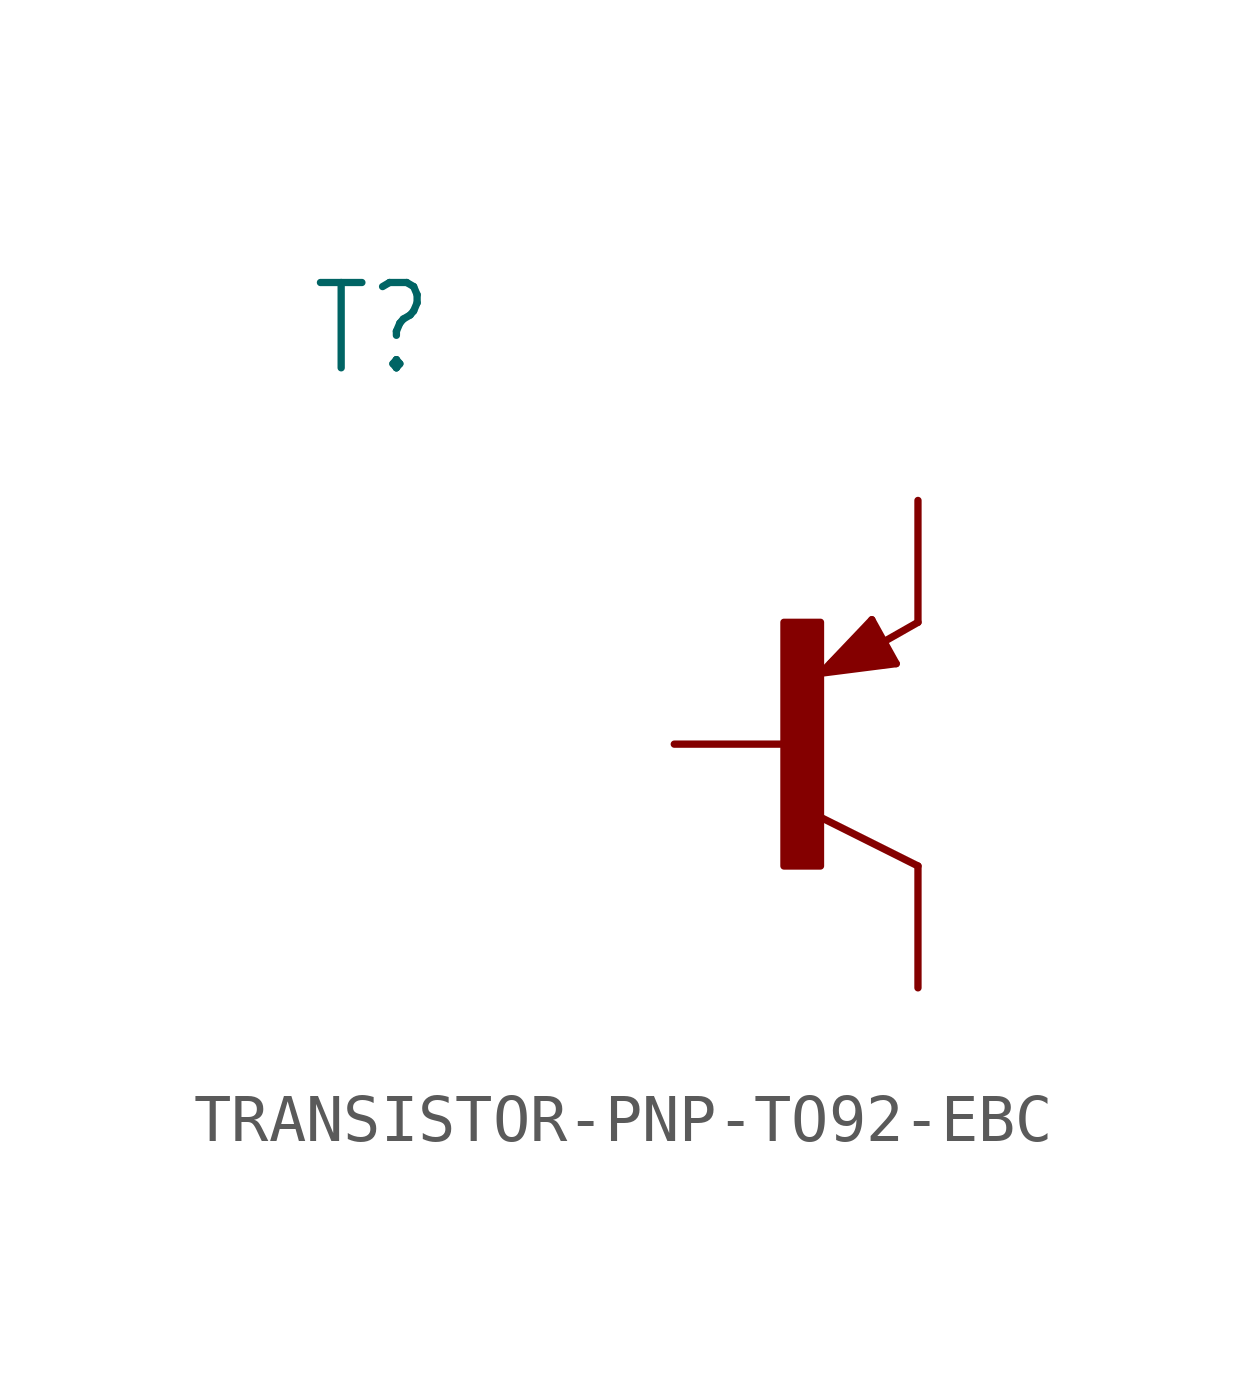
<source format=kicad_sym>
(kicad_symbol_lib
  (version 20231120)
  (generator "kicad_symbol_editor")
  (generator_version "8.0")
  (symbol "TRANSISTOR-PNP-TO92-EBC"
    (property "Reference" "T"
      (at -10.16 7.62 0)
      (effects (font (size 1.778 1.511)) (justify left bottom)))
    (property "Value" ""
      (at -10.16 5.08 0)
      (effects (font (size 1.778 1.511)) (justify left bottom)))
    (property "ki_locked" ""
      (at 0 0 0)
      (effects (font (size 1.27 1.27))))
    (symbol "TRANSISTOR-PNP-TO92-EBC_1_0"
      (rectangle (start -0.254 -2.54) (end 0.508 2.54) (stroke (width 0) (type default)) (fill (type outline)))
      (polyline (pts (xy 0.516 1.478) (xy 2.086 1.678)) (stroke (width 0.152) (type solid)) (fill (type none)))
      (polyline (pts (xy 0.762 1.651) (xy 1.778 1.778)) (stroke (width 0.254) (type solid)) (fill (type none)))
      (polyline (pts (xy 1.143 1.905) (xy 1.524 1.905)) (stroke (width 0.254) (type solid)) (fill (type none)))
      (polyline (pts (xy 1.524 2.159) (xy 1.143 1.905)) (stroke (width 0.254) (type solid)) (fill (type none)))
      (polyline (pts (xy 1.524 2.413) (xy 0.762 1.651)) (stroke (width 0.254) (type solid)) (fill (type none)))
      (polyline (pts (xy 1.578 2.594) (xy 0.516 1.478)) (stroke (width 0.152) (type solid)) (fill (type none)))
      (polyline (pts (xy 1.778 1.778) (xy 1.524 2.159)) (stroke (width 0.254) (type solid)) (fill (type none)))
      (polyline (pts (xy 1.905 1.778) (xy 1.524 2.413)) (stroke (width 0.254) (type solid)) (fill (type none)))
      (polyline (pts (xy 2.086 1.678) (xy 1.578 2.594)) (stroke (width 0.152) (type solid)) (fill (type none)))
      (polyline (pts (xy 2.54 -2.54) (xy 0.508 -1.524)) (stroke (width 0.152) (type solid)) (fill (type none)))
      (polyline (pts (xy 2.54 2.54) (xy 1.808 2.124)) (stroke (width 0.152) (type solid)) (fill (type none)))
      (pin passive line (at -2.54 0 0) (length 2.54) (name "B" (effects (font (size 0 0)))) (number "B" (effects (font (size 0 0)))))
      (pin passive line (at 2.54 -5.08 90) (length 2.54) (name "C" (effects (font (size 0 0)))) (number "C" (effects (font (size 0 0)))))
      (pin passive line (at 2.54 5.08 270) (length 2.54) (name "E" (effects (font (size 0 0)))) (number "E" (effects (font (size 0 0))))))))
</source>
